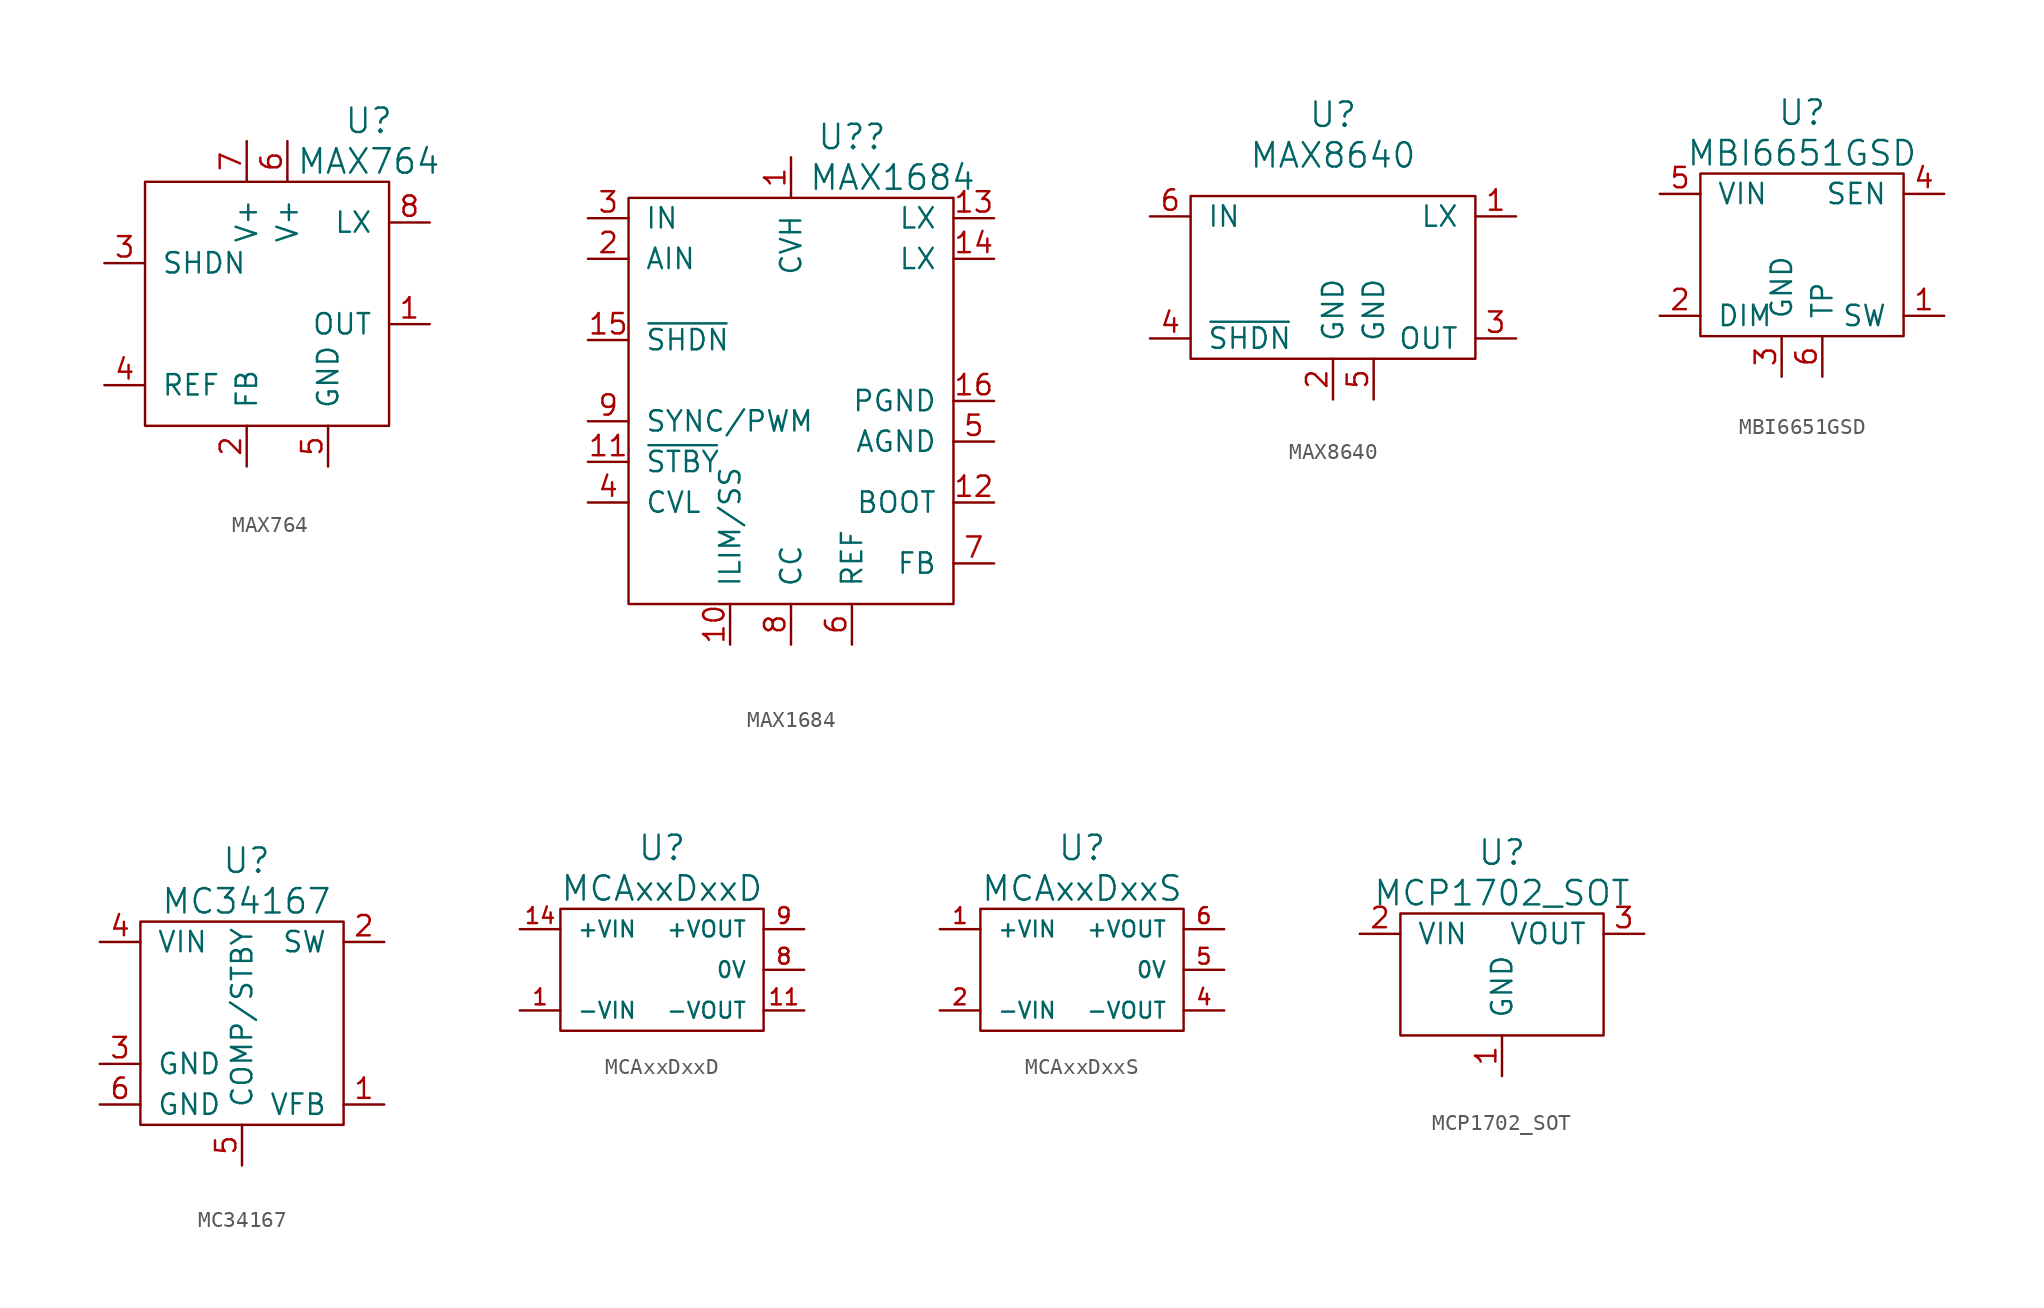
<source format=kicad_sym>
(kicad_symbol_lib
  (version 20220914)
  (generator kicad_symbol_editor)
  (symbol "MAX764"
    (pin_names
      (offset 1.016))
    (property "Reference" "U"
      (at 6.35 11.43 0)
      (effects (font (size 1.524 1.524))))
    (property "Value" "MAX764"
      (at 6.35 8.89 0)
      (effects (font (size 1.524 1.524))))
    (property "Footprint" ""
      (at 0 -1.27 0)
      (effects (font (size 1.524 1.524))))
    (property "Datasheet" ""
      (at 0 0 0)
      (effects (font (size 1.524 1.524))))
    (symbol "MAX764_0_1"
      (rectangle (start 7.62 7.62) (end -7.62 -7.62) (stroke (width 0) (type solid)) (fill (type none))))
    (symbol "MAX764_1_1"
      (pin passive line (at 10.16 -1.27 180) (length 2.54) (name "OUT" (effects (font (size 1.27 1.27)))) (number "1" (effects (font (size 1.27 1.27)))))
      (pin passive line (at -1.27 -10.16 90) (length 2.54) (name "FB" (effects (font (size 1.27 1.27)))) (number "2" (effects (font (size 1.27 1.27)))))
      (pin passive line (at -10.16 2.54 0) (length 2.54) (name "SHDN" (effects (font (size 1.27 1.27)))) (number "3" (effects (font (size 1.27 1.27)))))
      (pin passive line (at -10.16 -5.08 0) (length 2.54) (name "REF" (effects (font (size 1.27 1.27)))) (number "4" (effects (font (size 1.27 1.27)))))
      (pin passive line (at 3.81 -10.16 90) (length 2.54) (name "GND" (effects (font (size 1.27 1.27)))) (number "5" (effects (font (size 1.27 1.27)))))
      (pin passive line (at 1.27 10.16 270) (length 2.54) (name "V+" (effects (font (size 1.27 1.27)))) (number "6" (effects (font (size 1.27 1.27)))))
      (pin passive line (at -1.27 10.16 270) (length 2.54) (name "V+" (effects (font (size 1.27 1.27)))) (number "7" (effects (font (size 1.27 1.27)))))
      (pin passive line (at 10.16 5.08 180) (length 2.54) (name "LX" (effects (font (size 1.27 1.27)))) (number "8" (effects (font (size 1.27 1.27)))))))
  (symbol "MAX1684"
    (pin_names
      (offset 1.016))
    (property "Reference" "U?"
      (at 3.81 16.51 0)
      (effects (font (size 1.524 1.524))))
    (property "Value" "MAX1684"
      (at 6.35 13.97 0)
      (effects (font (size 1.524 1.524))))
    (property "Footprint" ""
      (at 0 -1.27 0)
      (effects (font (size 1.524 1.524))))
    (property "Datasheet" ""
      (at 0 0 0)
      (effects (font (size 1.524 1.524))))
    (symbol "MAX1684_0_1"
      (rectangle (start 10.16 -12.7) (end -10.16 12.7) (stroke (width 0) (type solid)) (fill (type none))))
    (symbol "MAX1684_1_1"
      (pin passive line (at 0 15.24 270) (length 2.54) (name "CVH" (effects (font (size 1.27 1.27)))) (number "1" (effects (font (size 1.27 1.27)))))
      (pin passive line (at -3.81 -15.24 90) (length 2.54) (name "ILIM/SS" (effects (font (size 1.27 1.27)))) (number "10" (effects (font (size 1.27 1.27)))))
      (pin passive line (at -12.7 -3.81 0) (length 2.54) (name "~{STBY}" (effects (font (size 1.27 1.27)))) (number "11" (effects (font (size 1.27 1.27)))))
      (pin passive line (at 12.7 -6.35 180) (length 2.54) (name "BOOT" (effects (font (size 1.27 1.27)))) (number "12" (effects (font (size 1.27 1.27)))))
      (pin passive line (at 12.7 11.43 180) (length 2.54) (name "LX" (effects (font (size 1.27 1.27)))) (number "13" (effects (font (size 1.27 1.27)))))
      (pin passive line (at 12.7 8.89 180) (length 2.54) (name "LX" (effects (font (size 1.27 1.27)))) (number "14" (effects (font (size 1.27 1.27)))))
      (pin passive line (at -12.7 3.81 0) (length 2.54) (name "~{SHDN}" (effects (font (size 1.27 1.27)))) (number "15" (effects (font (size 1.27 1.27)))))
      (pin passive line (at 12.7 0 180) (length 2.54) (name "PGND" (effects (font (size 1.27 1.27)))) (number "16" (effects (font (size 1.27 1.27)))))
      (pin passive line (at -12.7 8.89 0) (length 2.54) (name "AIN" (effects (font (size 1.27 1.27)))) (number "2" (effects (font (size 1.27 1.27)))))
      (pin passive line (at -12.7 11.43 0) (length 2.54) (name "IN" (effects (font (size 1.27 1.27)))) (number "3" (effects (font (size 1.27 1.27)))))
      (pin passive line (at -12.7 -6.35 0) (length 2.54) (name "CVL" (effects (font (size 1.27 1.27)))) (number "4" (effects (font (size 1.27 1.27)))))
      (pin passive line (at 12.7 -2.54 180) (length 2.54) (name "AGND" (effects (font (size 1.27 1.27)))) (number "5" (effects (font (size 1.27 1.27)))))
      (pin passive line (at 3.81 -15.24 90) (length 2.54) (name "REF" (effects (font (size 1.27 1.27)))) (number "6" (effects (font (size 1.27 1.27)))))
      (pin passive line (at 12.7 -10.16 180) (length 2.54) (name "FB" (effects (font (size 1.27 1.27)))) (number "7" (effects (font (size 1.27 1.27)))))
      (pin passive line (at 0 -15.24 90) (length 2.54) (name "CC" (effects (font (size 1.27 1.27)))) (number "8" (effects (font (size 1.27 1.27)))))
      (pin passive line (at -12.7 -1.27 0) (length 2.54) (name "SYNC/PWM" (effects (font (size 1.27 1.27)))) (number "9" (effects (font (size 1.27 1.27)))))))
  (symbol "MAX8640"
    (pin_names
      (offset 1.016))
    (property "Reference" "U"
      (at 0 10.16 0)
      (effects (font (size 1.524 1.524))))
    (property "Value" "MAX8640"
      (at 0 7.62 0)
      (effects (font (size 1.524 1.524))))
    (property "Footprint" ""
      (at 0 0 0)
      (effects (font (size 1.524 1.524))))
    (property "Datasheet" ""
      (at 0 0 0)
      (effects (font (size 1.524 1.524))))
    (symbol "MAX8640_0_1"
      (rectangle (start -8.89 5.08) (end 8.89 -5.08) (stroke (width 0) (type solid)) (fill (type none))))
    (symbol "MAX8640_1_1"
      (pin passive line (at 11.43 3.81 180) (length 2.54) (name "LX" (effects (font (size 1.27 1.27)))) (number "1" (effects (font (size 1.27 1.27)))))
      (pin passive line (at 0 -7.62 90) (length 2.54) (name "GND" (effects (font (size 1.27 1.27)))) (number "2" (effects (font (size 1.27 1.27)))))
      (pin passive line (at 11.43 -3.81 180) (length 2.54) (name "OUT" (effects (font (size 1.27 1.27)))) (number "3" (effects (font (size 1.27 1.27)))))
      (pin passive line (at -11.43 -3.81 0) (length 2.54) (name "~{SHDN}" (effects (font (size 1.27 1.27)))) (number "4" (effects (font (size 1.27 1.27)))))
      (pin passive line (at 2.54 -7.62 90) (length 2.54) (name "GND" (effects (font (size 1.27 1.27)))) (number "5" (effects (font (size 1.27 1.27)))))
      (pin passive line (at -11.43 3.81 0) (length 2.54) (name "IN" (effects (font (size 1.27 1.27)))) (number "6" (effects (font (size 1.27 1.27)))))))
  (symbol "MBI6651GSD"
    (pin_names
      (offset 1.016))
    (property "Reference" "U"
      (at 0 8.89 0)
      (effects (font (size 1.524 1.524))))
    (property "Value" "MBI6651GSD"
      (at 0 6.35 0)
      (effects (font (size 1.524 1.524))))
    (property "Footprint" ""
      (at 0 0 0)
      (effects (font (size 1.524 1.524))))
    (property "Datasheet" ""
      (at 0 0 0)
      (effects (font (size 1.524 1.524))))
    (symbol "MBI6651GSD_0_1"
      (rectangle (start -6.35 5.08) (end 6.35 -5.08) (stroke (width 0) (type solid)) (fill (type none))))
    (symbol "MBI6651GSD_1_1"
      (pin passive line (at 8.89 -3.81 180) (length 2.54) (name "SW" (effects (font (size 1.27 1.27)))) (number "1" (effects (font (size 1.27 1.27)))))
      (pin passive line (at -8.89 -3.81 0) (length 2.54) (name "DIM" (effects (font (size 1.27 1.27)))) (number "2" (effects (font (size 1.27 1.27)))))
      (pin passive line (at -1.27 -7.62 90) (length 2.54) (name "GND" (effects (font (size 1.27 1.27)))) (number "3" (effects (font (size 1.27 1.27)))))
      (pin passive line (at 8.89 3.81 180) (length 2.54) (name "SEN" (effects (font (size 1.27 1.27)))) (number "4" (effects (font (size 1.27 1.27)))))
      (pin passive line (at -8.89 3.81 0) (length 2.54) (name "VIN" (effects (font (size 1.27 1.27)))) (number "5" (effects (font (size 1.27 1.27)))))
      (pin passive line (at 1.27 -7.62 90) (length 2.54) (name "TP" (effects (font (size 1.27 1.27)))) (number "6" (effects (font (size 1.27 1.27)))))))
  (symbol "MC34167"
    (pin_names
      (offset 1.016))
    (property "Reference" "U"
      (at -1.27 10.16 0)
      (effects (font (size 1.524 1.524)) (justify left)))
    (property "Value" "MC34167"
      (at -5.08 7.62 0)
      (effects (font (size 1.524 1.524)) (justify left)))
    (property "Footprint" ""
      (at 0 0 0)
      (effects (font (size 1.524 1.524))))
    (property "Datasheet" ""
      (at 0 0 0)
      (effects (font (size 1.524 1.524))))
    (symbol "MC34167_0_1"
      (rectangle (start 6.35 6.35) (end -6.35 -6.35) (stroke (width 0) (type solid)) (fill (type none))))
    (symbol "MC34167_1_1"
      (pin input line (at 8.89 -5.08 180) (length 2.54) (name "VFB" (effects (font (size 1.27 1.27)))) (number "1" (effects (font (size 1.27 1.27)))))
      (pin input line (at 8.89 5.08 180) (length 2.54) (name "SW" (effects (font (size 1.27 1.27)))) (number "2" (effects (font (size 1.27 1.27)))))
      (pin power_in line (at -8.89 -2.54 0) (length 2.54) (name "GND" (effects (font (size 1.27 1.27)))) (number "3" (effects (font (size 1.27 1.27)))))
      (pin power_in line (at -8.89 5.08 0) (length 2.54) (name "VIN" (effects (font (size 1.27 1.27)))) (number "4" (effects (font (size 1.27 1.27)))))
      (pin input line (at 0 -8.89 90) (length 2.54) (name "COMP/STBY" (effects (font (size 1.27 1.27)))) (number "5" (effects (font (size 1.27 1.27)))))
      (pin power_in line (at -8.89 -5.08 0) (length 2.54) (name "GND" (effects (font (size 1.27 1.27)))) (number "6" (effects (font (size 1.27 1.27)))))))
  (symbol "MCAxxDxxD"
    (pin_names
      (offset 1.016))
    (property "Reference" "U"
      (at 0 7.62 0)
      (effects (font (size 1.524 1.524))))
    (property "Value" "MCAxxDxxD"
      (at 0 5.08 0)
      (effects (font (size 1.524 1.524))))
    (property "Footprint" ""
      (at 0 0 0)
      (effects (font (size 1.524 1.524))))
    (property "Datasheet" ""
      (at 0 0 0)
      (effects (font (size 1.524 1.524))))
    (symbol "MCAxxDxxD_0_1"
      (rectangle (start -6.35 3.81) (end 6.35 -3.81) (stroke (width 0) (type solid)) (fill (type none))))
    (symbol "MCAxxDxxD_1_1"
      (pin input line (at -8.89 -2.54 0) (length 2.54) (name "-VIN" (effects (font (size 0.991 0.991)))) (number "1" (effects (font (size 0.991 0.991)))))
      (pin input line (at 8.89 -2.54 180) (length 2.54) (name "-VOUT" (effects (font (size 0.991 0.991)))) (number "11" (effects (font (size 0.991 0.991)))))
      (pin input line (at -8.89 2.54 0) (length 2.54) (name "+VIN" (effects (font (size 0.991 0.991)))) (number "14" (effects (font (size 0.991 0.991)))))
      (pin input line (at 8.89 0 180) (length 2.54) (name "0V" (effects (font (size 0.991 0.991)))) (number "8" (effects (font (size 0.991 0.991)))))
      (pin input line (at 8.89 2.54 180) (length 2.54) (name "+VOUT" (effects (font (size 0.991 0.991)))) (number "9" (effects (font (size 0.991 0.991)))))))
  (symbol "MCAxxDxxS"
    (pin_names
      (offset 1.016))
    (property "Reference" "U"
      (at 0 7.62 0)
      (effects (font (size 1.524 1.524))))
    (property "Value" "MCAxxDxxS"
      (at 0 5.08 0)
      (effects (font (size 1.524 1.524))))
    (property "Footprint" ""
      (at 0 0 0)
      (effects (font (size 1.524 1.524))))
    (property "Datasheet" ""
      (at 0 0 0)
      (effects (font (size 1.524 1.524))))
    (symbol "MCAxxDxxS_0_1"
      (rectangle (start -6.35 3.81) (end 6.35 -3.81) (stroke (width 0) (type solid)) (fill (type none))))
    (symbol "MCAxxDxxS_1_1"
      (pin input line (at -8.89 2.54 0) (length 2.54) (name "+VIN" (effects (font (size 0.991 0.991)))) (number "1" (effects (font (size 0.991 0.991)))))
      (pin input line (at -8.89 -2.54 0) (length 2.54) (name "-VIN" (effects (font (size 0.991 0.991)))) (number "2" (effects (font (size 0.991 0.991)))))
      (pin input line (at 8.89 -2.54 180) (length 2.54) (name "-VOUT" (effects (font (size 0.991 0.991)))) (number "4" (effects (font (size 0.991 0.991)))))
      (pin input line (at 8.89 0 180) (length 2.54) (name "0V" (effects (font (size 0.991 0.991)))) (number "5" (effects (font (size 0.991 0.991)))))
      (pin input line (at 8.89 2.54 180) (length 2.54) (name "+VOUT" (effects (font (size 0.991 0.991)))) (number "6" (effects (font (size 0.991 0.991)))))))
  (symbol "MCP1702_SOT"
    (pin_names
      (offset 1.016))
    (property "Reference" "U"
      (at 0 5.08 0)
      (effects (font (size 1.524 1.524))))
    (property "Value" "MCP1702_SOT"
      (at 0 2.54 0)
      (effects (font (size 1.524 1.524))))
    (property "Footprint" ""
      (at 0 0 0)
      (effects (font (size 1.524 1.524))))
    (property "Datasheet" ""
      (at 0 0 0)
      (effects (font (size 1.524 1.524))))
    (symbol "MCP1702_SOT_0_1"
      (rectangle (start -6.35 1.27) (end 6.35 -6.35) (stroke (width 0) (type solid)) (fill (type none))))
    (symbol "MCP1702_SOT_1_1"
      (pin input line (at 0 -8.89 90) (length 2.54) (name "GND" (effects (font (size 1.27 1.27)))) (number "1" (effects (font (size 1.27 1.27)))))
      (pin input line (at -8.89 0 0) (length 2.54) (name "VIN" (effects (font (size 1.27 1.27)))) (number "2" (effects (font (size 1.27 1.27)))))
      (pin input line (at 8.89 0 180) (length 2.54) (name "VOUT" (effects (font (size 1.27 1.27)))) (number "3" (effects (font (size 1.27 1.27))))))))
</source>
